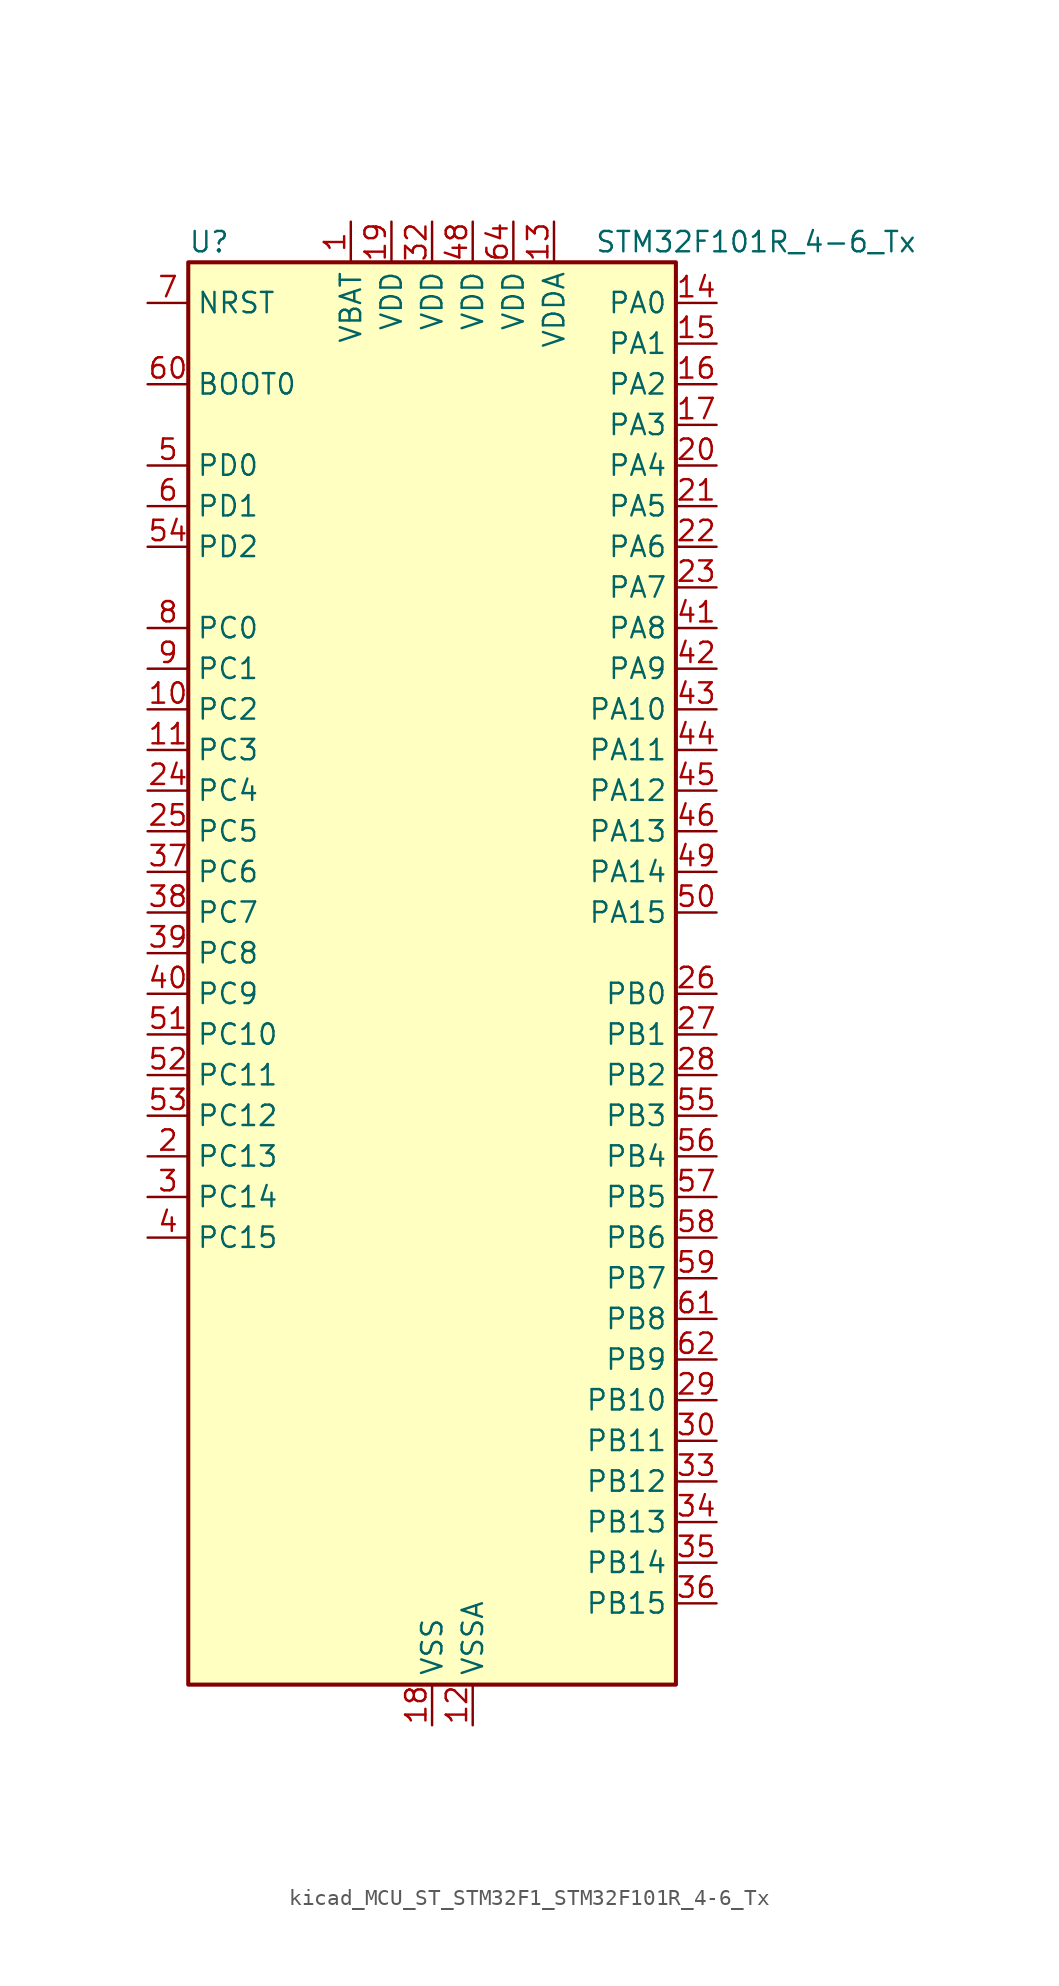
<source format=kicad_sym>
(kicad_symbol_lib
  (version 20220914)
  (generator kicad_symbol_editor)
  (symbol "kicad_MCU_ST_STM32F1_STM32F101R_4-6_Tx"
    (property "Reference" "U"
      (at -15.24 46.99 0)
      (effects (font (size 1.27 1.27)) (justify left)))
    (property "Value" "STM32F101R_4-6_Tx"
      (at 10.16 46.99 0)
      (effects (font (size 1.27 1.27)) (justify left)))
    (property "ki_locked" ""
      (at 0 0 0)
      (effects (font (size 1.27 1.27))))
    (symbol "kicad_MCU_ST_STM32F1_STM32F101R_4-6_Tx_0_1"
      (rectangle (start -15.24 -43.18) (end 15.24 45.72) (stroke (width 0.254) (type default)) (fill (type background))))
    (symbol "kicad_MCU_ST_STM32F1_STM32F101R_4-6_Tx_1_1"
      (pin power_in line (at -5.08 48.26 270) (length 2.54) (name "VBAT" (effects (font (size 1.27 1.27)))) (number "1" (effects (font (size 1.27 1.27)))))
      (pin bidirectional line (at -17.78 17.78 0) (length 2.54) (name "PC2" (effects (font (size 1.27 1.27)))) (number "10" (effects (font (size 1.27 1.27)))) (alternate "ADC1_IN12" bidirectional line))
      (pin bidirectional line (at -17.78 15.24 0) (length 2.54) (name "PC3" (effects (font (size 1.27 1.27)))) (number "11" (effects (font (size 1.27 1.27)))) (alternate "ADC1_IN13" bidirectional line))
      (pin power_in line (at 2.54 -45.72 90) (length 2.54) (name "VSSA" (effects (font (size 1.27 1.27)))) (number "12" (effects (font (size 1.27 1.27)))))
      (pin power_in line (at 7.62 48.26 270) (length 2.54) (name "VDDA" (effects (font (size 1.27 1.27)))) (number "13" (effects (font (size 1.27 1.27)))))
      (pin bidirectional line (at 17.78 43.18 180) (length 2.54) (name "PA0" (effects (font (size 1.27 1.27)))) (number "14" (effects (font (size 1.27 1.27)))) (alternate "ADC1_IN0" bidirectional line) (alternate "SYS_WKUP" bidirectional line) (alternate "TIM2_CH1" bidirectional line) (alternate "TIM2_ETR" bidirectional line) (alternate "USART2_CTS" bidirectional line))
      (pin bidirectional line (at 17.78 40.64 180) (length 2.54) (name "PA1" (effects (font (size 1.27 1.27)))) (number "15" (effects (font (size 1.27 1.27)))) (alternate "ADC1_IN1" bidirectional line) (alternate "TIM2_CH2" bidirectional line) (alternate "USART2_RTS" bidirectional line))
      (pin bidirectional line (at 17.78 38.1 180) (length 2.54) (name "PA2" (effects (font (size 1.27 1.27)))) (number "16" (effects (font (size 1.27 1.27)))) (alternate "ADC1_IN2" bidirectional line) (alternate "TIM2_CH3" bidirectional line) (alternate "USART2_TX" bidirectional line))
      (pin bidirectional line (at 17.78 35.56 180) (length 2.54) (name "PA3" (effects (font (size 1.27 1.27)))) (number "17" (effects (font (size 1.27 1.27)))) (alternate "ADC1_IN3" bidirectional line) (alternate "TIM2_CH4" bidirectional line) (alternate "USART2_RX" bidirectional line))
      (pin power_in line (at 0 -45.72 90) (length 2.54) (name "VSS" (effects (font (size 1.27 1.27)))) (number "18" (effects (font (size 1.27 1.27)))))
      (pin power_in line (at -2.54 48.26 270) (length 2.54) (name "VDD" (effects (font (size 1.27 1.27)))) (number "19" (effects (font (size 1.27 1.27)))))
      (pin bidirectional line (at -17.78 -10.16 0) (length 2.54) (name "PC13" (effects (font (size 1.27 1.27)))) (number "2" (effects (font (size 1.27 1.27)))) (alternate "RTC_OUT" bidirectional line) (alternate "RTC_TAMPER" bidirectional line))
      (pin bidirectional line (at 17.78 33.02 180) (length 2.54) (name "PA4" (effects (font (size 1.27 1.27)))) (number "20" (effects (font (size 1.27 1.27)))) (alternate "ADC1_IN4" bidirectional line) (alternate "SPI1_NSS" bidirectional line) (alternate "USART2_CK" bidirectional line))
      (pin bidirectional line (at 17.78 30.48 180) (length 2.54) (name "PA5" (effects (font (size 1.27 1.27)))) (number "21" (effects (font (size 1.27 1.27)))) (alternate "ADC1_IN5" bidirectional line) (alternate "SPI1_SCK" bidirectional line))
      (pin bidirectional line (at 17.78 27.94 180) (length 2.54) (name "PA6" (effects (font (size 1.27 1.27)))) (number "22" (effects (font (size 1.27 1.27)))) (alternate "ADC1_IN6" bidirectional line) (alternate "SPI1_MISO" bidirectional line) (alternate "TIM3_CH1" bidirectional line))
      (pin bidirectional line (at 17.78 25.4 180) (length 2.54) (name "PA7" (effects (font (size 1.27 1.27)))) (number "23" (effects (font (size 1.27 1.27)))) (alternate "ADC1_IN7" bidirectional line) (alternate "SPI1_MOSI" bidirectional line) (alternate "TIM3_CH2" bidirectional line))
      (pin bidirectional line (at -17.78 12.7 0) (length 2.54) (name "PC4" (effects (font (size 1.27 1.27)))) (number "24" (effects (font (size 1.27 1.27)))) (alternate "ADC1_IN14" bidirectional line))
      (pin bidirectional line (at -17.78 10.16 0) (length 2.54) (name "PC5" (effects (font (size 1.27 1.27)))) (number "25" (effects (font (size 1.27 1.27)))) (alternate "ADC1_IN15" bidirectional line))
      (pin bidirectional line (at 17.78 0 180) (length 2.54) (name "PB0" (effects (font (size 1.27 1.27)))) (number "26" (effects (font (size 1.27 1.27)))) (alternate "ADC1_IN8" bidirectional line) (alternate "TIM3_CH3" bidirectional line))
      (pin bidirectional line (at 17.78 -2.54 180) (length 2.54) (name "PB1" (effects (font (size 1.27 1.27)))) (number "27" (effects (font (size 1.27 1.27)))) (alternate "ADC1_IN9" bidirectional line) (alternate "TIM3_CH4" bidirectional line))
      (pin bidirectional line (at 17.78 -5.08 180) (length 2.54) (name "PB2" (effects (font (size 1.27 1.27)))) (number "28" (effects (font (size 1.27 1.27)))))
      (pin bidirectional line (at 17.78 -25.4 180) (length 2.54) (name "PB10" (effects (font (size 1.27 1.27)))) (number "29" (effects (font (size 1.27 1.27)))) (alternate "TIM2_CH3" bidirectional line))
      (pin bidirectional line (at -17.78 -12.7 0) (length 2.54) (name "PC14" (effects (font (size 1.27 1.27)))) (number "3" (effects (font (size 1.27 1.27)))) (alternate "RCC_OSC32_IN" bidirectional line))
      (pin bidirectional line (at 17.78 -27.94 180) (length 2.54) (name "PB11" (effects (font (size 1.27 1.27)))) (number "30" (effects (font (size 1.27 1.27)))) (alternate "ADC1_EXTI11" bidirectional line) (alternate "TIM2_CH4" bidirectional line))
      (pin passive line (at 0 -45.72 90) (length 2.54) hide (name "VSS" (effects (font (size 1.27 1.27)))) (number "31" (effects (font (size 1.27 1.27)))))
      (pin power_in line (at 0 48.26 270) (length 2.54) (name "VDD" (effects (font (size 1.27 1.27)))) (number "32" (effects (font (size 1.27 1.27)))))
      (pin bidirectional line (at 17.78 -30.48 180) (length 2.54) (name "PB12" (effects (font (size 1.27 1.27)))) (number "33" (effects (font (size 1.27 1.27)))))
      (pin bidirectional line (at 17.78 -33.02 180) (length 2.54) (name "PB13" (effects (font (size 1.27 1.27)))) (number "34" (effects (font (size 1.27 1.27)))))
      (pin bidirectional line (at 17.78 -35.56 180) (length 2.54) (name "PB14" (effects (font (size 1.27 1.27)))) (number "35" (effects (font (size 1.27 1.27)))))
      (pin bidirectional line (at 17.78 -38.1 180) (length 2.54) (name "PB15" (effects (font (size 1.27 1.27)))) (number "36" (effects (font (size 1.27 1.27)))) (alternate "ADC1_EXTI15" bidirectional line))
      (pin bidirectional line (at -17.78 7.62 0) (length 2.54) (name "PC6" (effects (font (size 1.27 1.27)))) (number "37" (effects (font (size 1.27 1.27)))) (alternate "TIM3_CH1" bidirectional line))
      (pin bidirectional line (at -17.78 5.08 0) (length 2.54) (name "PC7" (effects (font (size 1.27 1.27)))) (number "38" (effects (font (size 1.27 1.27)))) (alternate "TIM3_CH2" bidirectional line))
      (pin bidirectional line (at -17.78 2.54 0) (length 2.54) (name "PC8" (effects (font (size 1.27 1.27)))) (number "39" (effects (font (size 1.27 1.27)))) (alternate "TIM3_CH3" bidirectional line))
      (pin bidirectional line (at -17.78 -15.24 0) (length 2.54) (name "PC15" (effects (font (size 1.27 1.27)))) (number "4" (effects (font (size 1.27 1.27)))) (alternate "ADC1_EXTI15" bidirectional line) (alternate "RCC_OSC32_OUT" bidirectional line))
      (pin bidirectional line (at -17.78 0 0) (length 2.54) (name "PC9" (effects (font (size 1.27 1.27)))) (number "40" (effects (font (size 1.27 1.27)))) (alternate "TIM3_CH4" bidirectional line))
      (pin bidirectional line (at 17.78 22.86 180) (length 2.54) (name "PA8" (effects (font (size 1.27 1.27)))) (number "41" (effects (font (size 1.27 1.27)))) (alternate "RCC_MCO" bidirectional line) (alternate "USART1_CK" bidirectional line))
      (pin bidirectional line (at 17.78 20.32 180) (length 2.54) (name "PA9" (effects (font (size 1.27 1.27)))) (number "42" (effects (font (size 1.27 1.27)))) (alternate "USART1_TX" bidirectional line))
      (pin bidirectional line (at 17.78 17.78 180) (length 2.54) (name "PA10" (effects (font (size 1.27 1.27)))) (number "43" (effects (font (size 1.27 1.27)))) (alternate "USART1_RX" bidirectional line))
      (pin bidirectional line (at 17.78 15.24 180) (length 2.54) (name "PA11" (effects (font (size 1.27 1.27)))) (number "44" (effects (font (size 1.27 1.27)))) (alternate "ADC1_EXTI11" bidirectional line) (alternate "USART1_CTS" bidirectional line))
      (pin bidirectional line (at 17.78 12.7 180) (length 2.54) (name "PA12" (effects (font (size 1.27 1.27)))) (number "45" (effects (font (size 1.27 1.27)))) (alternate "USART1_RTS" bidirectional line))
      (pin bidirectional line (at 17.78 10.16 180) (length 2.54) (name "PA13" (effects (font (size 1.27 1.27)))) (number "46" (effects (font (size 1.27 1.27)))) (alternate "SYS_JTMS-SWDIO" bidirectional line))
      (pin passive line (at 0 -45.72 90) (length 2.54) hide (name "VSS" (effects (font (size 1.27 1.27)))) (number "47" (effects (font (size 1.27 1.27)))))
      (pin power_in line (at 2.54 48.26 270) (length 2.54) (name "VDD" (effects (font (size 1.27 1.27)))) (number "48" (effects (font (size 1.27 1.27)))))
      (pin bidirectional line (at 17.78 7.62 180) (length 2.54) (name "PA14" (effects (font (size 1.27 1.27)))) (number "49" (effects (font (size 1.27 1.27)))) (alternate "SYS_JTCK-SWCLK" bidirectional line))
      (pin bidirectional line (at -17.78 33.02 0) (length 2.54) (name "PD0" (effects (font (size 1.27 1.27)))) (number "5" (effects (font (size 1.27 1.27)))) (alternate "RCC_OSC_IN" bidirectional line))
      (pin bidirectional line (at 17.78 5.08 180) (length 2.54) (name "PA15" (effects (font (size 1.27 1.27)))) (number "50" (effects (font (size 1.27 1.27)))) (alternate "ADC1_EXTI15" bidirectional line) (alternate "SPI1_NSS" bidirectional line) (alternate "SYS_JTDI" bidirectional line) (alternate "TIM2_CH1" bidirectional line) (alternate "TIM2_ETR" bidirectional line))
      (pin bidirectional line (at -17.78 -2.54 0) (length 2.54) (name "PC10" (effects (font (size 1.27 1.27)))) (number "51" (effects (font (size 1.27 1.27)))))
      (pin bidirectional line (at -17.78 -5.08 0) (length 2.54) (name "PC11" (effects (font (size 1.27 1.27)))) (number "52" (effects (font (size 1.27 1.27)))) (alternate "ADC1_EXTI11" bidirectional line))
      (pin bidirectional line (at -17.78 -7.62 0) (length 2.54) (name "PC12" (effects (font (size 1.27 1.27)))) (number "53" (effects (font (size 1.27 1.27)))))
      (pin bidirectional line (at -17.78 27.94 0) (length 2.54) (name "PD2" (effects (font (size 1.27 1.27)))) (number "54" (effects (font (size 1.27 1.27)))) (alternate "TIM3_ETR" bidirectional line))
      (pin bidirectional line (at 17.78 -7.62 180) (length 2.54) (name "PB3" (effects (font (size 1.27 1.27)))) (number "55" (effects (font (size 1.27 1.27)))) (alternate "SPI1_SCK" bidirectional line) (alternate "SYS_JTDO-TRACESWO" bidirectional line) (alternate "TIM2_CH2" bidirectional line))
      (pin bidirectional line (at 17.78 -10.16 180) (length 2.54) (name "PB4" (effects (font (size 1.27 1.27)))) (number "56" (effects (font (size 1.27 1.27)))) (alternate "SPI1_MISO" bidirectional line) (alternate "SYS_NJTRST" bidirectional line) (alternate "TIM3_CH1" bidirectional line))
      (pin bidirectional line (at 17.78 -12.7 180) (length 2.54) (name "PB5" (effects (font (size 1.27 1.27)))) (number "57" (effects (font (size 1.27 1.27)))) (alternate "I2C1_SMBA" bidirectional line) (alternate "SPI1_MOSI" bidirectional line) (alternate "TIM3_CH2" bidirectional line))
      (pin bidirectional line (at 17.78 -15.24 180) (length 2.54) (name "PB6" (effects (font (size 1.27 1.27)))) (number "58" (effects (font (size 1.27 1.27)))) (alternate "I2C1_SCL" bidirectional line) (alternate "USART1_TX" bidirectional line))
      (pin bidirectional line (at 17.78 -17.78 180) (length 2.54) (name "PB7" (effects (font (size 1.27 1.27)))) (number "59" (effects (font (size 1.27 1.27)))) (alternate "I2C1_SDA" bidirectional line) (alternate "USART1_RX" bidirectional line))
      (pin bidirectional line (at -17.78 30.48 0) (length 2.54) (name "PD1" (effects (font (size 1.27 1.27)))) (number "6" (effects (font (size 1.27 1.27)))) (alternate "RCC_OSC_OUT" bidirectional line))
      (pin input line (at -17.78 38.1 0) (length 2.54) (name "BOOT0" (effects (font (size 1.27 1.27)))) (number "60" (effects (font (size 1.27 1.27)))))
      (pin bidirectional line (at 17.78 -20.32 180) (length 2.54) (name "PB8" (effects (font (size 1.27 1.27)))) (number "61" (effects (font (size 1.27 1.27)))) (alternate "I2C1_SCL" bidirectional line))
      (pin bidirectional line (at 17.78 -22.86 180) (length 2.54) (name "PB9" (effects (font (size 1.27 1.27)))) (number "62" (effects (font (size 1.27 1.27)))) (alternate "I2C1_SDA" bidirectional line))
      (pin passive line (at 0 -45.72 90) (length 2.54) hide (name "VSS" (effects (font (size 1.27 1.27)))) (number "63" (effects (font (size 1.27 1.27)))))
      (pin power_in line (at 5.08 48.26 270) (length 2.54) (name "VDD" (effects (font (size 1.27 1.27)))) (number "64" (effects (font (size 1.27 1.27)))))
      (pin input line (at -17.78 43.18 0) (length 2.54) (name "NRST" (effects (font (size 1.27 1.27)))) (number "7" (effects (font (size 1.27 1.27)))))
      (pin bidirectional line (at -17.78 22.86 0) (length 2.54) (name "PC0" (effects (font (size 1.27 1.27)))) (number "8" (effects (font (size 1.27 1.27)))) (alternate "ADC1_IN10" bidirectional line))
      (pin bidirectional line (at -17.78 20.32 0) (length 2.54) (name "PC1" (effects (font (size 1.27 1.27)))) (number "9" (effects (font (size 1.27 1.27)))) (alternate "ADC1_IN11" bidirectional line)))))
</source>
